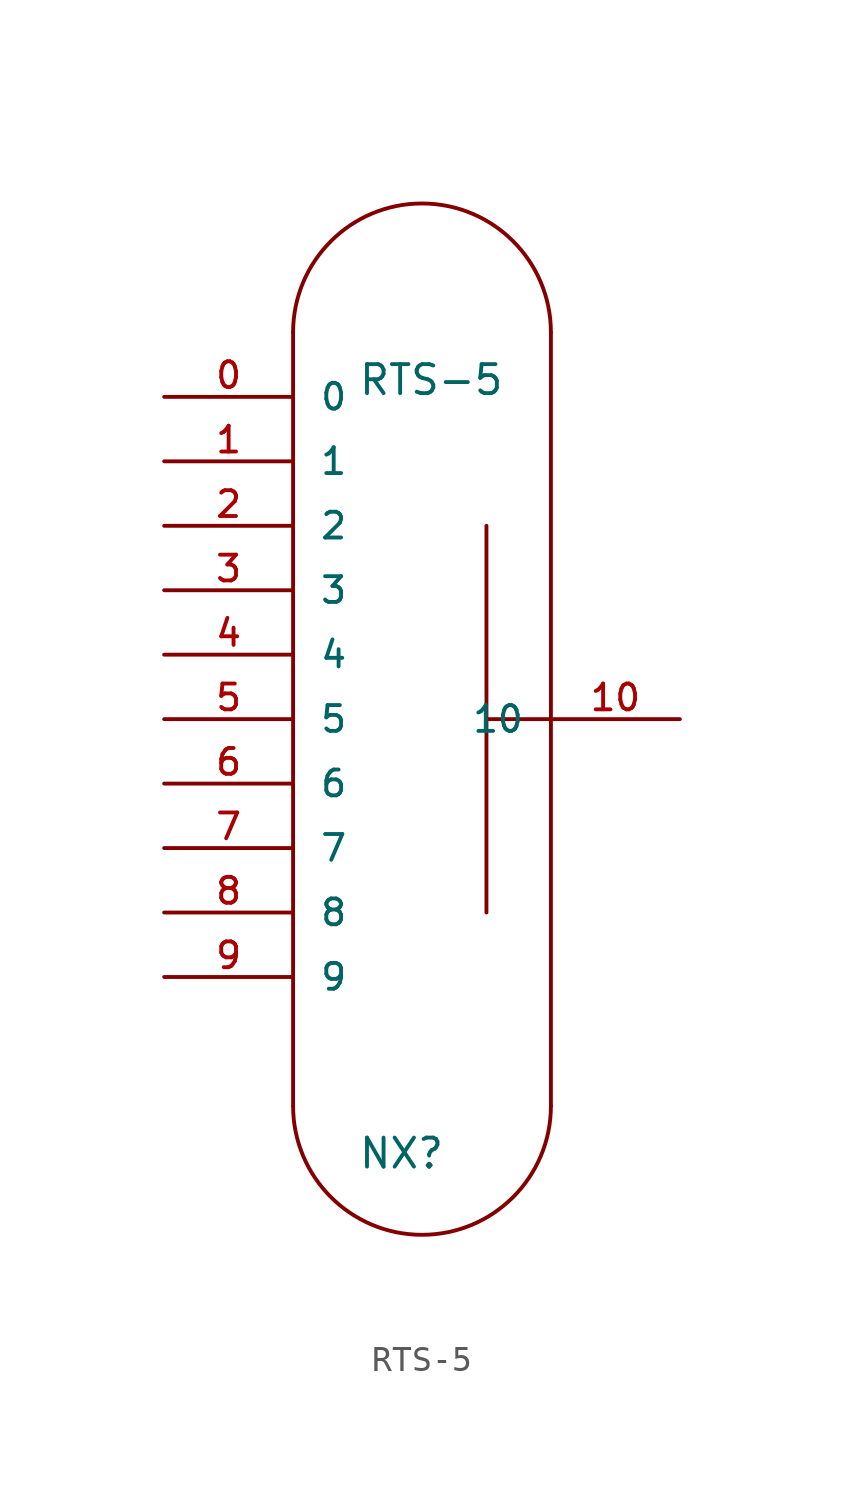
<source format=kicad_sym>
(kicad_symbol_lib
  (version 20241209)
  (generator "kicad_symbol_editor")
  (generator_version "9.0")
  (symbol "RTS-5"
    (pin_names
      (offset 1.016))
    (property "Reference" "NX"
      (at -2.54 -15.24 0)
      (effects (font (size 1.143 1.143)) (justify left bottom)))
    (property "Value" "RTS-5"
      (at -2.54 15.24 0)
      (effects (font (size 1.143 1.143)) (justify left bottom)))
    (property "ki_locked" ""
      (at 0 0 0)
      (effects (font (size 1.27 1.27))))
    (symbol "RTS-5_1_0"
      (polyline (pts (xy -5.08 17.78) (xy -5.08 -12.7)) (stroke (width 0) (type default)) (fill (type none)))
      (polyline (pts (xy 2.54 2.54) (xy 2.54 10.16)) (stroke (width 0) (type default)) (fill (type none)))
      (polyline (pts (xy 2.54 -5.08) (xy 2.54 2.54)) (stroke (width 0) (type default)) (fill (type none)))
      (polyline (pts (xy 5.08 17.78) (xy 5.08 2.54)) (stroke (width 0) (type default)) (fill (type none)))
      (polyline (pts (xy 5.08 2.54) (xy 2.54 2.54)) (stroke (width 0) (type default)) (fill (type none)))
      (polyline (pts (xy 5.08 2.54) (xy 5.08 -12.7)) (stroke (width 0) (type default)) (fill (type none))))
    (symbol "RTS-5_1_1"
      (arc (start -5.08 17.78) (mid 0 22.8378) (end 5.08 17.78) (stroke (width 0) (type default)) (fill (type none)))
      (arc (start 5.08 -12.7) (mid 0 -17.7578) (end -5.08 -12.7) (stroke (width 0) (type default)) (fill (type none)))
      (pin passive line (at -10.16 15.24 0) (length 5.08) (name "0" (effects (font (size 1.016 1.016)))) (number "0" (effects (font (size 1.016 1.016)))))
      (pin passive line (at -10.16 12.7 0) (length 5.08) (name "1" (effects (font (size 1.016 1.016)))) (number "1" (effects (font (size 1.016 1.016)))))
      (pin passive line (at -10.16 10.16 0) (length 5.08) (name "2" (effects (font (size 1.016 1.016)))) (number "2" (effects (font (size 1.016 1.016)))))
      (pin passive line (at -10.16 7.62 0) (length 5.08) (name "3" (effects (font (size 1.016 1.016)))) (number "3" (effects (font (size 1.016 1.016)))))
      (pin passive line (at -10.16 5.08 0) (length 5.08) (name "4" (effects (font (size 1.016 1.016)))) (number "4" (effects (font (size 1.016 1.016)))))
      (pin passive line (at -10.16 2.54 0) (length 5.08) (name "5" (effects (font (size 1.016 1.016)))) (number "5" (effects (font (size 1.016 1.016)))))
      (pin passive line (at -10.16 0 0) (length 5.08) (name "6" (effects (font (size 1.016 1.016)))) (number "6" (effects (font (size 1.016 1.016)))))
      (pin passive line (at -10.16 -2.54 0) (length 5.08) (name "7" (effects (font (size 1.016 1.016)))) (number "7" (effects (font (size 1.016 1.016)))))
      (pin passive line (at -10.16 -5.08 0) (length 5.08) (name "8" (effects (font (size 1.016 1.016)))) (number "8" (effects (font (size 1.016 1.016)))))
      (pin passive line (at -10.16 -7.62 0) (length 5.08) (name "9" (effects (font (size 1.016 1.016)))) (number "9" (effects (font (size 1.016 1.016)))))
      (pin passive line (at 10.16 2.54 180) (length 5.08) (name "10" (effects (font (size 1.016 1.016)))) (number "10" (effects (font (size 1.016 1.016))))))))
</source>
